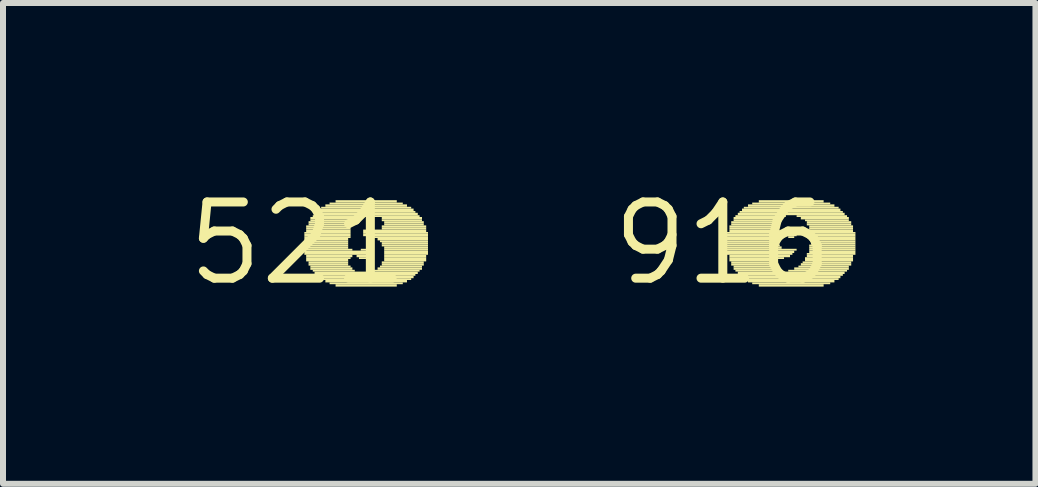
<source format=kicad_pcb>
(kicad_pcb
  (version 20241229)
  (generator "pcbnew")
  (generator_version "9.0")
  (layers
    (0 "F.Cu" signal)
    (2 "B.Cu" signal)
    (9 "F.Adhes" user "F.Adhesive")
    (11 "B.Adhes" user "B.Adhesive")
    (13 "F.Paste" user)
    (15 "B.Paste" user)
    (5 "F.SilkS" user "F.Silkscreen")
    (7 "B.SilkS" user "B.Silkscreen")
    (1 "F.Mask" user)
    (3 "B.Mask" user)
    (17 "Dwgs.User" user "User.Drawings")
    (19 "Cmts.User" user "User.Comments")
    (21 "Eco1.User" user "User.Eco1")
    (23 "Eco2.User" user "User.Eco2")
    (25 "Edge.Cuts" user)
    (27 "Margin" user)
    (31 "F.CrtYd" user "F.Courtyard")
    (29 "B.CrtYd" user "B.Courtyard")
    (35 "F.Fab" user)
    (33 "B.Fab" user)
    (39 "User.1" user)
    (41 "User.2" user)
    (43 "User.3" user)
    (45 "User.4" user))
  (footprint "916"
    (layer "F.Cu")
    (at 8.995 1.006)
    (property "Reference" "916" (at 0 0 0) (layer "F.SilkS") (effects (font (size 1.27 1.27) (thickness 0.15))))
    (fp_poly (pts (xy 0.07 -0.16) (xy 0.81 -0.16) (xy 0.81 -0.19) (xy 0.07 -0.19)) (stroke (width 0) (type default)) (fill yes) (layer "F.SilkS"))
    (fp_poly (pts (xy 0.07 -0.12) (xy 0.84 -0.12) (xy 0.84 -0.16) (xy 0.07 -0.16)) (stroke (width 0) (type default)) (fill yes) (layer "F.SilkS"))
    (fp_poly (pts (xy 0.07 -0.09) (xy 0.84 -0.09) (xy 0.84 -0.12) (xy 0.07 -0.12)) (stroke (width 0) (type default)) (fill yes) (layer "F.SilkS"))
    (fp_poly (pts (xy 0.07 -0.05) (xy 0.84 -0.05) (xy 0.84 -0.09) (xy 0.07 -0.09)) (stroke (width 0) (type default)) (fill yes) (layer "F.SilkS"))
    (fp_poly (pts (xy 0.07 -0.02) (xy 0.88 -0.02) (xy 0.88 -0.05) (xy 0.07 -0.05)) (stroke (width 0) (type default)) (fill yes) (layer "F.SilkS"))
    (fp_poly (pts (xy 0.07 0.02) (xy 0.91 0.02) (xy 0.91 -0.02) (xy 0.07 -0.02)) (stroke (width 0) (type default)) (fill yes) (layer "F.SilkS"))
    (fp_poly (pts (xy 0.07 0.05) (xy 0.95 0.05) (xy 0.95 0.02) (xy 0.07 0.02)) (stroke (width 0) (type default)) (fill yes) (layer "F.SilkS"))
    (fp_poly (pts (xy 0.07 0.09) (xy 0.98 0.09) (xy 0.98 0.05) (xy 0.07 0.05)) (stroke (width 0) (type default)) (fill yes) (layer "F.SilkS"))
    (fp_poly (pts (xy 0.07 0.12) (xy 1.23 0.12) (xy 1.23 0.09) (xy 0.07 0.09)) (stroke (width 0) (type default)) (fill yes) (layer "F.SilkS"))
    (fp_poly (pts (xy 0.07 0.16) (xy 1.19 0.16) (xy 1.19 0.12) (xy 0.07 0.12)) (stroke (width 0) (type default)) (fill yes) (layer "F.SilkS"))
    (fp_poly (pts (xy 0.07 0.19) (xy 1.16 0.19) (xy 1.16 0.16) (xy 0.07 0.16)) (stroke (width 0) (type default)) (fill yes) (layer "F.SilkS"))
    (fp_poly (pts (xy 0.11 -0.26) (xy 0.84 -0.26) (xy 0.84 -0.3) (xy 0.11 -0.3)) (stroke (width 0) (type default)) (fill yes) (layer "F.SilkS"))
    (fp_poly (pts (xy 0.11 -0.23) (xy 0.84 -0.23) (xy 0.84 -0.26) (xy 0.11 -0.26)) (stroke (width 0) (type default)) (fill yes) (layer "F.SilkS"))
    (fp_poly (pts (xy 0.11 -0.19) (xy 0.84 -0.19) (xy 0.84 -0.23) (xy 0.11 -0.23)) (stroke (width 0) (type default)) (fill yes) (layer "F.SilkS"))
    (fp_poly (pts (xy 0.11 0.23) (xy 1.12 0.23) (xy 1.12 0.19) (xy 0.11 0.19)) (stroke (width 0) (type default)) (fill yes) (layer "F.SilkS"))
    (fp_poly (pts (xy 0.11 0.26) (xy 1.02 0.26) (xy 1.02 0.23) (xy 0.11 0.23)) (stroke (width 0) (type default)) (fill yes) (layer "F.SilkS"))
    (fp_poly (pts (xy 0.11 0.3) (xy 0.88 0.3) (xy 0.88 0.26) (xy 0.11 0.26)) (stroke (width 0) (type default)) (fill yes) (layer "F.SilkS"))
    (fp_poly (pts (xy 0.14 -0.33) (xy 0.88 -0.33) (xy 0.88 -0.37) (xy 0.14 -0.37)) (stroke (width 0) (type default)) (fill yes) (layer "F.SilkS"))
    (fp_poly (pts (xy 0.14 -0.3) (xy 0.88 -0.3) (xy 0.88 -0.33) (xy 0.14 -0.33)) (stroke (width 0) (type default)) (fill yes) (layer "F.SilkS"))
    (fp_poly (pts (xy 0.14 0.33) (xy 0.84 0.33) (xy 0.84 0.3) (xy 0.14 0.3)) (stroke (width 0) (type default)) (fill yes) (layer "F.SilkS"))
    (fp_poly (pts (xy 0.14 0.37) (xy 0.84 0.37) (xy 0.84 0.33) (xy 0.14 0.33)) (stroke (width 0) (type default)) (fill yes) (layer "F.SilkS"))
    (fp_poly (pts (xy 0.18 -0.4) (xy 0.98 -0.4) (xy 0.98 -0.44) (xy 0.18 -0.44)) (stroke (width 0) (type default)) (fill yes) (layer "F.SilkS"))
    (fp_poly (pts (xy 0.18 -0.37) (xy 0.91 -0.37) (xy 0.91 -0.4) (xy 0.18 -0.4)) (stroke (width 0) (type default)) (fill yes) (layer "F.SilkS"))
    (fp_poly (pts (xy 0.18 0.4) (xy 0.84 0.4) (xy 0.84 0.37) (xy 0.18 0.37)) (stroke (width 0) (type default)) (fill yes) (layer "F.SilkS"))
    (fp_poly (pts (xy 0.18 0.44) (xy 0.84 0.44) (xy 0.84 0.4) (xy 0.18 0.4)) (stroke (width 0) (type default)) (fill yes) (layer "F.SilkS"))
    (fp_poly (pts (xy 0.21 -0.44) (xy 1.05 -0.44) (xy 1.05 -0.47) (xy 0.21 -0.47)) (stroke (width 0) (type default)) (fill yes) (layer "F.SilkS"))
    (fp_poly (pts (xy 0.21 0.47) (xy 0.88 0.47) (xy 0.88 0.44) (xy 0.21 0.44)) (stroke (width 0) (type default)) (fill yes) (layer "F.SilkS"))
    (fp_poly (pts (xy 0.25 -0.47) (xy 2.03 -0.47) (xy 2.03 -0.51) (xy 0.25 -0.51)) (stroke (width 0) (type default)) (fill yes) (layer "F.SilkS"))
    (fp_poly (pts (xy 0.25 0.51) (xy 2.03 0.51) (xy 2.03 0.47) (xy 0.25 0.47)) (stroke (width 0) (type default)) (fill yes) (layer "F.SilkS"))
    (fp_poly (pts (xy 0.28 -0.51) (xy 2 -0.51) (xy 2 -0.54) (xy 0.28 -0.54)) (stroke (width 0) (type default)) (fill yes) (layer "F.SilkS"))
    (fp_poly (pts (xy 0.28 0.54) (xy 2 0.54) (xy 2 0.51) (xy 0.28 0.51)) (stroke (width 0) (type default)) (fill yes) (layer "F.SilkS"))
    (fp_poly (pts (xy 0.32 -0.54) (xy 1.96 -0.54) (xy 1.96 -0.58) (xy 0.32 -0.58)) (stroke (width 0) (type default)) (fill yes) (layer "F.SilkS"))
    (fp_poly (pts (xy 0.32 0.58) (xy 1.96 0.58) (xy 1.96 0.54) (xy 0.32 0.54)) (stroke (width 0) (type default)) (fill yes) (layer "F.SilkS"))
    (fp_poly (pts (xy 0.35 -0.58) (xy 1.93 -0.58) (xy 1.93 -0.61) (xy 0.35 -0.61)) (stroke (width 0) (type default)) (fill yes) (layer "F.SilkS"))
    (fp_poly (pts (xy 0.35 0.61) (xy 1.93 0.61) (xy 1.93 0.58) (xy 0.35 0.58)) (stroke (width 0) (type default)) (fill yes) (layer "F.SilkS"))
    (fp_poly (pts (xy 0.42 -0.61) (xy 1.86 -0.61) (xy 1.86 -0.65) (xy 0.42 -0.65)) (stroke (width 0) (type default)) (fill yes) (layer "F.SilkS"))
    (fp_poly (pts (xy 0.42 0.65) (xy 1.86 0.65) (xy 1.86 0.61) (xy 0.42 0.61)) (stroke (width 0) (type default)) (fill yes) (layer "F.SilkS"))
    (fp_poly (pts (xy 0.49 -0.65) (xy 1.79 -0.65) (xy 1.79 -0.68) (xy 0.49 -0.68)) (stroke (width 0) (type default)) (fill yes) (layer "F.SilkS"))
    (fp_poly (pts (xy 0.49 0.68) (xy 1.79 0.68) (xy 1.79 0.65) (xy 0.49 0.65)) (stroke (width 0) (type default)) (fill yes) (layer "F.SilkS"))
    (fp_poly (pts (xy 0.6 -0.68) (xy 1.68 -0.68) (xy 1.68 -0.72) (xy 0.6 -0.72)) (stroke (width 0) (type default)) (fill yes) (layer "F.SilkS"))
    (fp_poly (pts (xy 0.6 0.72) (xy 1.68 0.72) (xy 1.68 0.68) (xy 0.6 0.68)) (stroke (width 0) (type default)) (fill yes) (layer "F.SilkS"))
    (fp_poly (pts (xy 1.05 -0.19) (xy 1.23 -0.19) (xy 1.23 -0.23) (xy 1.05 -0.23)) (stroke (width 0) (type default)) (fill yes) (layer "F.SilkS"))
    (fp_poly (pts (xy 1.05 -0.16) (xy 1.23 -0.16) (xy 1.23 -0.19) (xy 1.05 -0.19)) (stroke (width 0) (type default)) (fill yes) (layer "F.SilkS"))
    (fp_poly (pts (xy 1.05 -0.12) (xy 1.23 -0.12) (xy 1.23 -0.16) (xy 1.05 -0.16)) (stroke (width 0) (type default)) (fill yes) (layer "F.SilkS"))
    (fp_poly (pts (xy 1.09 -0.23) (xy 1.19 -0.23) (xy 1.19 -0.26) (xy 1.09 -0.26)) (stroke (width 0) (type default)) (fill yes) (layer "F.SilkS"))
    (fp_poly (pts (xy 1.09 -0.09) (xy 1.19 -0.09) (xy 1.19 -0.12) (xy 1.09 -0.12)) (stroke (width 0) (type default)) (fill yes) (layer "F.SilkS"))
    (fp_poly (pts (xy 1.09 0.47) (xy 2.07 0.47) (xy 2.07 0.44) (xy 1.09 0.44)) (stroke (width 0) (type default)) (fill yes) (layer "F.SilkS"))
    (fp_poly (pts (xy 1.19 0.44) (xy 2.1 0.44) (xy 2.1 0.4) (xy 1.19 0.4)) (stroke (width 0) (type default)) (fill yes) (layer "F.SilkS"))
    (fp_poly (pts (xy 1.23 -0.44) (xy 2.07 -0.44) (xy 2.07 -0.47) (xy 1.23 -0.47)) (stroke (width 0) (type default)) (fill yes) (layer "F.SilkS"))
    (fp_poly (pts (xy 1.26 0.4) (xy 2.1 0.4) (xy 2.1 0.37) (xy 1.26 0.37)) (stroke (width 0) (type default)) (fill yes) (layer "F.SilkS"))
    (fp_poly (pts (xy 1.3 -0.4) (xy 2.1 -0.4) (xy 2.1 -0.44) (xy 1.3 -0.44)) (stroke (width 0) (type default)) (fill yes) (layer "F.SilkS"))
    (fp_poly (pts (xy 1.3 0.37) (xy 2.14 0.37) (xy 2.14 0.33) (xy 1.3 0.33)) (stroke (width 0) (type default)) (fill yes) (layer "F.SilkS"))
    (fp_poly (pts (xy 1.33 0.33) (xy 2.14 0.33) (xy 2.14 0.3) (xy 1.33 0.3)) (stroke (width 0) (type default)) (fill yes) (layer "F.SilkS"))
    (fp_poly (pts (xy 1.37 -0.37) (xy 2.1 -0.37) (xy 2.1 -0.4) (xy 1.37 -0.4)) (stroke (width 0) (type default)) (fill yes) (layer "F.SilkS"))
    (fp_poly (pts (xy 1.37 0.26) (xy 2.17 0.26) (xy 2.17 0.23) (xy 1.37 0.23)) (stroke (width 0) (type default)) (fill yes) (layer "F.SilkS"))
    (fp_poly (pts (xy 1.37 0.3) (xy 2.17 0.3) (xy 2.17 0.26) (xy 1.37 0.26)) (stroke (width 0) (type default)) (fill yes) (layer "F.SilkS"))
    (fp_poly (pts (xy 1.4 -0.33) (xy 2.14 -0.33) (xy 2.14 -0.37) (xy 1.4 -0.37)) (stroke (width 0) (type default)) (fill yes) (layer "F.SilkS"))
    (fp_poly (pts (xy 1.4 -0.3) (xy 2.14 -0.3) (xy 2.14 -0.33) (xy 1.4 -0.33)) (stroke (width 0) (type default)) (fill yes) (layer "F.SilkS"))
    (fp_poly (pts (xy 1.4 0.19) (xy 2.21 0.19) (xy 2.21 0.16) (xy 1.4 0.16)) (stroke (width 0) (type default)) (fill yes) (layer "F.SilkS"))
    (fp_poly (pts (xy 1.4 0.23) (xy 2.17 0.23) (xy 2.17 0.19) (xy 1.4 0.19)) (stroke (width 0) (type default)) (fill yes) (layer "F.SilkS"))
    (fp_poly (pts (xy 1.44 -0.26) (xy 2.17 -0.26) (xy 2.17 -0.3) (xy 1.44 -0.3)) (stroke (width 0) (type default)) (fill yes) (layer "F.SilkS"))
    (fp_poly (pts (xy 1.44 -0.23) (xy 2.17 -0.23) (xy 2.17 -0.26) (xy 1.44 -0.26)) (stroke (width 0) (type default)) (fill yes) (layer "F.SilkS"))
    (fp_poly (pts (xy 1.44 -0.19) (xy 2.17 -0.19) (xy 2.17 -0.23) (xy 1.44 -0.23)) (stroke (width 0) (type default)) (fill yes) (layer "F.SilkS"))
    (fp_poly (pts (xy 1.44 0.05) (xy 2.21 0.05) (xy 2.21 0.02) (xy 1.44 0.02)) (stroke (width 0) (type default)) (fill yes) (layer "F.SilkS"))
    (fp_poly (pts (xy 1.44 0.09) (xy 2.21 0.09) (xy 2.21 0.05) (xy 1.44 0.05)) (stroke (width 0) (type default)) (fill yes) (layer "F.SilkS"))
    (fp_poly (pts (xy 1.44 0.12) (xy 2.21 0.12) (xy 2.21 0.09) (xy 1.44 0.09)) (stroke (width 0) (type default)) (fill yes) (layer "F.SilkS"))
    (fp_poly (pts (xy 1.44 0.16) (xy 2.21 0.16) (xy 2.21 0.12) (xy 1.44 0.12)) (stroke (width 0) (type default)) (fill yes) (layer "F.SilkS"))
    (fp_poly (pts (xy 1.47 -0.16) (xy 2.21 -0.16) (xy 2.21 -0.19) (xy 1.47 -0.19)) (stroke (width 0) (type default)) (fill yes) (layer "F.SilkS"))
    (fp_poly (pts (xy 1.47 -0.12) (xy 2.21 -0.12) (xy 2.21 -0.16) (xy 1.47 -0.16)) (stroke (width 0) (type default)) (fill yes) (layer "F.SilkS"))
    (fp_poly (pts (xy 1.47 -0.09) (xy 2.21 -0.09) (xy 2.21 -0.12) (xy 1.47 -0.12)) (stroke (width 0) (type default)) (fill yes) (layer "F.SilkS"))
    (fp_poly (pts (xy 1.47 -0.05) (xy 2.21 -0.05) (xy 2.21 -0.09) (xy 1.47 -0.09)) (stroke (width 0) (type default)) (fill yes) (layer "F.SilkS"))
    (fp_poly (pts (xy 1.47 -0.02) (xy 2.21 -0.02) (xy 2.21 -0.05) (xy 1.47 -0.05)) (stroke (width 0) (type default)) (fill yes) (layer "F.SilkS"))
    (fp_poly (pts (xy 1.47 0.02) (xy 2.21 0.02) (xy 2.21 -0.02) (xy 1.47 -0.02)) (stroke (width 0) (type default)) (fill yes) (layer "F.SilkS")))
  (footprint "521"
    (layer "F.Cu")
    (at 1.912 1.006)
    (property "Reference" "521" (at 0 0 0) (layer "F.SilkS") (effects (font (size 1.27 1.27) (thickness 0.15))))
    (fp_poly (pts (xy 0.11 -0.16) (xy 0.88 -0.16) (xy 0.88 -0.19) (xy 0.11 -0.19)) (stroke (width 0) (type default)) (fill yes) (layer "F.SilkS"))
    (fp_poly (pts (xy 0.11 -0.12) (xy 0.88 -0.12) (xy 0.88 -0.16) (xy 0.11 -0.16)) (stroke (width 0) (type default)) (fill yes) (layer "F.SilkS"))
    (fp_poly (pts (xy 0.11 -0.09) (xy 0.88 -0.09) (xy 0.88 -0.12) (xy 0.11 -0.12)) (stroke (width 0) (type default)) (fill yes) (layer "F.SilkS"))
    (fp_poly (pts (xy 0.11 -0.05) (xy 0.84 -0.05) (xy 0.84 -0.09) (xy 0.11 -0.09)) (stroke (width 0) (type default)) (fill yes) (layer "F.SilkS"))
    (fp_poly (pts (xy 0.11 -0.02) (xy 0.84 -0.02) (xy 0.84 -0.05) (xy 0.11 -0.05)) (stroke (width 0) (type default)) (fill yes) (layer "F.SilkS"))
    (fp_poly (pts (xy 0.11 0.02) (xy 0.84 0.02) (xy 0.84 -0.02) (xy 0.11 -0.02)) (stroke (width 0) (type default)) (fill yes) (layer "F.SilkS"))
    (fp_poly (pts (xy 0.11 0.05) (xy 0.84 0.05) (xy 0.84 0.02) (xy 0.11 0.02)) (stroke (width 0) (type default)) (fill yes) (layer "F.SilkS"))
    (fp_poly (pts (xy 0.11 0.09) (xy 0.84 0.09) (xy 0.84 0.05) (xy 0.11 0.05)) (stroke (width 0) (type default)) (fill yes) (layer "F.SilkS"))
    (fp_poly (pts (xy 0.11 0.12) (xy 0.91 0.12) (xy 0.91 0.09) (xy 0.11 0.09)) (stroke (width 0) (type default)) (fill yes) (layer "F.SilkS"))
    (fp_poly (pts (xy 0.11 0.16) (xy 1.23 0.16) (xy 1.23 0.12) (xy 0.11 0.12)) (stroke (width 0) (type default)) (fill yes) (layer "F.SilkS"))
    (fp_poly (pts (xy 0.11 0.19) (xy 1.23 0.19) (xy 1.23 0.16) (xy 0.11 0.16)) (stroke (width 0) (type default)) (fill yes) (layer "F.SilkS"))
    (fp_poly (pts (xy 0.14 -0.26) (xy 0.88 -0.26) (xy 0.88 -0.3) (xy 0.14 -0.3)) (stroke (width 0) (type default)) (fill yes) (layer "F.SilkS"))
    (fp_poly (pts (xy 0.14 -0.23) (xy 0.88 -0.23) (xy 0.88 -0.26) (xy 0.14 -0.26)) (stroke (width 0) (type default)) (fill yes) (layer "F.SilkS"))
    (fp_poly (pts (xy 0.14 -0.19) (xy 0.88 -0.19) (xy 0.88 -0.23) (xy 0.14 -0.23)) (stroke (width 0) (type default)) (fill yes) (layer "F.SilkS"))
    (fp_poly (pts (xy 0.14 0.23) (xy 0.91 0.23) (xy 0.91 0.19) (xy 0.14 0.19)) (stroke (width 0) (type default)) (fill yes) (layer "F.SilkS"))
    (fp_poly (pts (xy 0.14 0.26) (xy 0.88 0.26) (xy 0.88 0.23) (xy 0.14 0.23)) (stroke (width 0) (type default)) (fill yes) (layer "F.SilkS"))
    (fp_poly (pts (xy 0.14 0.3) (xy 0.84 0.3) (xy 0.84 0.26) (xy 0.14 0.26)) (stroke (width 0) (type default)) (fill yes) (layer "F.SilkS"))
    (fp_poly (pts (xy 0.18 -0.33) (xy 0.91 -0.33) (xy 0.91 -0.37) (xy 0.18 -0.37)) (stroke (width 0) (type default)) (fill yes) (layer "F.SilkS"))
    (fp_poly (pts (xy 0.18 -0.3) (xy 0.88 -0.3) (xy 0.88 -0.33) (xy 0.18 -0.33)) (stroke (width 0) (type default)) (fill yes) (layer "F.SilkS"))
    (fp_poly (pts (xy 0.18 0.33) (xy 0.84 0.33) (xy 0.84 0.3) (xy 0.18 0.3)) (stroke (width 0) (type default)) (fill yes) (layer "F.SilkS"))
    (fp_poly (pts (xy 0.18 0.37) (xy 0.84 0.37) (xy 0.84 0.33) (xy 0.18 0.33)) (stroke (width 0) (type default)) (fill yes) (layer "F.SilkS"))
    (fp_poly (pts (xy 0.21 -0.4) (xy 0.91 -0.4) (xy 0.91 -0.44) (xy 0.21 -0.44)) (stroke (width 0) (type default)) (fill yes) (layer "F.SilkS"))
    (fp_poly (pts (xy 0.21 -0.37) (xy 0.91 -0.37) (xy 0.91 -0.4) (xy 0.21 -0.4)) (stroke (width 0) (type default)) (fill yes) (layer "F.SilkS"))
    (fp_poly (pts (xy 0.21 0.4) (xy 0.88 0.4) (xy 0.88 0.37) (xy 0.21 0.37)) (stroke (width 0) (type default)) (fill yes) (layer "F.SilkS"))
    (fp_poly (pts (xy 0.21 0.44) (xy 0.91 0.44) (xy 0.91 0.4) (xy 0.21 0.4)) (stroke (width 0) (type default)) (fill yes) (layer "F.SilkS"))
    (fp_poly (pts (xy 0.25 -0.44) (xy 2.03 -0.44) (xy 2.03 -0.47) (xy 0.25 -0.47)) (stroke (width 0) (type default)) (fill yes) (layer "F.SilkS"))
    (fp_poly (pts (xy 0.25 0.47) (xy 0.95 0.47) (xy 0.95 0.44) (xy 0.25 0.44)) (stroke (width 0) (type default)) (fill yes) (layer "F.SilkS"))
    (fp_poly (pts (xy 0.28 -0.47) (xy 2 -0.47) (xy 2 -0.51) (xy 0.28 -0.51)) (stroke (width 0) (type default)) (fill yes) (layer "F.SilkS"))
    (fp_poly (pts (xy 0.28 0.51) (xy 2 0.51) (xy 2 0.47) (xy 0.28 0.47)) (stroke (width 0) (type default)) (fill yes) (layer "F.SilkS"))
    (fp_poly (pts (xy 0.32 -0.51) (xy 1.96 -0.51) (xy 1.96 -0.54) (xy 0.32 -0.54)) (stroke (width 0) (type default)) (fill yes) (layer "F.SilkS"))
    (fp_poly (pts (xy 0.32 0.54) (xy 1.96 0.54) (xy 1.96 0.51) (xy 0.32 0.51)) (stroke (width 0) (type default)) (fill yes) (layer "F.SilkS"))
    (fp_poly (pts (xy 0.35 -0.54) (xy 1.93 -0.54) (xy 1.93 -0.58) (xy 0.35 -0.58)) (stroke (width 0) (type default)) (fill yes) (layer "F.SilkS"))
    (fp_poly (pts (xy 0.35 0.58) (xy 1.93 0.58) (xy 1.93 0.54) (xy 0.35 0.54)) (stroke (width 0) (type default)) (fill yes) (layer "F.SilkS"))
    (fp_poly (pts (xy 0.39 -0.58) (xy 1.89 -0.58) (xy 1.89 -0.61) (xy 0.39 -0.61)) (stroke (width 0) (type default)) (fill yes) (layer "F.SilkS"))
    (fp_poly (pts (xy 0.39 0.61) (xy 1.89 0.61) (xy 1.89 0.58) (xy 0.39 0.58)) (stroke (width 0) (type default)) (fill yes) (layer "F.SilkS"))
    (fp_poly (pts (xy 0.46 -0.61) (xy 1.82 -0.61) (xy 1.82 -0.65) (xy 0.46 -0.65)) (stroke (width 0) (type default)) (fill yes) (layer "F.SilkS"))
    (fp_poly (pts (xy 0.46 0.65) (xy 1.82 0.65) (xy 1.82 0.61) (xy 0.46 0.61)) (stroke (width 0) (type default)) (fill yes) (layer "F.SilkS"))
    (fp_poly (pts (xy 0.53 -0.65) (xy 1.75 -0.65) (xy 1.75 -0.68) (xy 0.53 -0.68)) (stroke (width 0) (type default)) (fill yes) (layer "F.SilkS"))
    (fp_poly (pts (xy 0.53 0.68) (xy 1.75 0.68) (xy 1.75 0.65) (xy 0.53 0.65)) (stroke (width 0) (type default)) (fill yes) (layer "F.SilkS"))
    (fp_poly (pts (xy 0.63 -0.68) (xy 1.65 -0.68) (xy 1.65 -0.72) (xy 0.63 -0.72)) (stroke (width 0) (type default)) (fill yes) (layer "F.SilkS"))
    (fp_poly (pts (xy 0.63 0.72) (xy 1.65 0.72) (xy 1.65 0.68) (xy 0.63 0.68)) (stroke (width 0) (type default)) (fill yes) (layer "F.SilkS"))
    (fp_poly (pts (xy 0.98 0.23) (xy 1.23 0.23) (xy 1.23 0.19) (xy 0.98 0.19)) (stroke (width 0) (type default)) (fill yes) (layer "F.SilkS"))
    (fp_poly (pts (xy 1.02 0.26) (xy 1.19 0.26) (xy 1.19 0.23) (xy 1.02 0.23)) (stroke (width 0) (type default)) (fill yes) (layer "F.SilkS"))
    (fp_poly (pts (xy 1.05 0.12) (xy 1.19 0.12) (xy 1.19 0.09) (xy 1.05 0.09)) (stroke (width 0) (type default)) (fill yes) (layer "F.SilkS"))
    (fp_poly (pts (xy 1.09 -0.19) (xy 2.14 -0.19) (xy 2.14 -0.23) (xy 1.09 -0.23)) (stroke (width 0) (type default)) (fill yes) (layer "F.SilkS"))
    (fp_poly (pts (xy 1.09 -0.16) (xy 2.17 -0.16) (xy 2.17 -0.19) (xy 1.09 -0.19)) (stroke (width 0) (type default)) (fill yes) (layer "F.SilkS"))
    (fp_poly (pts (xy 1.09 -0.12) (xy 2.17 -0.12) (xy 2.17 -0.16) (xy 1.09 -0.16)) (stroke (width 0) (type default)) (fill yes) (layer "F.SilkS"))
    (fp_poly (pts (xy 1.26 -0.09) (xy 2.17 -0.09) (xy 2.17 -0.12) (xy 1.26 -0.12)) (stroke (width 0) (type default)) (fill yes) (layer "F.SilkS"))
    (fp_poly (pts (xy 1.26 0.47) (xy 2.03 0.47) (xy 2.03 0.44) (xy 1.26 0.44)) (stroke (width 0) (type default)) (fill yes) (layer "F.SilkS"))
    (fp_poly (pts (xy 1.33 -0.05) (xy 2.17 -0.05) (xy 2.17 -0.09) (xy 1.33 -0.09)) (stroke (width 0) (type default)) (fill yes) (layer "F.SilkS"))
    (fp_poly (pts (xy 1.33 0.44) (xy 2.07 0.44) (xy 2.07 0.4) (xy 1.33 0.4)) (stroke (width 0) (type default)) (fill yes) (layer "F.SilkS"))
    (fp_poly (pts (xy 1.37 -0.02) (xy 2.17 -0.02) (xy 2.17 -0.05) (xy 1.37 -0.05)) (stroke (width 0) (type default)) (fill yes) (layer "F.SilkS"))
    (fp_poly (pts (xy 1.37 0.4) (xy 2.07 0.4) (xy 2.07 0.37) (xy 1.37 0.37)) (stroke (width 0) (type default)) (fill yes) (layer "F.SilkS"))
    (fp_poly (pts (xy 1.4 -0.4) (xy 2.07 -0.4) (xy 2.07 -0.44) (xy 1.4 -0.44)) (stroke (width 0) (type default)) (fill yes) (layer "F.SilkS"))
    (fp_poly (pts (xy 1.4 -0.37) (xy 2.07 -0.37) (xy 2.07 -0.4) (xy 1.4 -0.4)) (stroke (width 0) (type default)) (fill yes) (layer "F.SilkS"))
    (fp_poly (pts (xy 1.4 -0.26) (xy 2.14 -0.26) (xy 2.14 -0.3) (xy 1.4 -0.3)) (stroke (width 0) (type default)) (fill yes) (layer "F.SilkS"))
    (fp_poly (pts (xy 1.4 -0.23) (xy 2.14 -0.23) (xy 2.14 -0.26) (xy 1.4 -0.26)) (stroke (width 0) (type default)) (fill yes) (layer "F.SilkS"))
    (fp_poly (pts (xy 1.4 0.02) (xy 2.17 0.02) (xy 2.17 -0.02) (xy 1.4 -0.02)) (stroke (width 0) (type default)) (fill yes) (layer "F.SilkS"))
    (fp_poly (pts (xy 1.4 0.05) (xy 2.17 0.05) (xy 2.17 0.02) (xy 1.4 0.02)) (stroke (width 0) (type default)) (fill yes) (layer "F.SilkS"))
    (fp_poly (pts (xy 1.4 0.33) (xy 2.1 0.33) (xy 2.1 0.3) (xy 1.4 0.3)) (stroke (width 0) (type default)) (fill yes) (layer "F.SilkS"))
    (fp_poly (pts (xy 1.4 0.37) (xy 2.1 0.37) (xy 2.1 0.33) (xy 1.4 0.33)) (stroke (width 0) (type default)) (fill yes) (layer "F.SilkS"))
    (fp_poly (pts (xy 1.44 -0.33) (xy 2.1 -0.33) (xy 2.1 -0.37) (xy 1.44 -0.37)) (stroke (width 0) (type default)) (fill yes) (layer "F.SilkS"))
    (fp_poly (pts (xy 1.44 -0.3) (xy 2.1 -0.3) (xy 2.1 -0.33) (xy 1.44 -0.33)) (stroke (width 0) (type default)) (fill yes) (layer "F.SilkS"))
    (fp_poly (pts (xy 1.44 0.09) (xy 2.17 0.09) (xy 2.17 0.05) (xy 1.44 0.05)) (stroke (width 0) (type default)) (fill yes) (layer "F.SilkS"))
    (fp_poly (pts (xy 1.44 0.12) (xy 2.17 0.12) (xy 2.17 0.09) (xy 1.44 0.09)) (stroke (width 0) (type default)) (fill yes) (layer "F.SilkS"))
    (fp_poly (pts (xy 1.44 0.16) (xy 2.17 0.16) (xy 2.17 0.12) (xy 1.44 0.12)) (stroke (width 0) (type default)) (fill yes) (layer "F.SilkS"))
    (fp_poly (pts (xy 1.44 0.19) (xy 2.17 0.19) (xy 2.17 0.16) (xy 1.44 0.16)) (stroke (width 0) (type default)) (fill yes) (layer "F.SilkS"))
    (fp_poly (pts (xy 1.44 0.23) (xy 2.14 0.23) (xy 2.14 0.19) (xy 1.44 0.19)) (stroke (width 0) (type default)) (fill yes) (layer "F.SilkS"))
    (fp_poly (pts (xy 1.44 0.26) (xy 2.14 0.26) (xy 2.14 0.23) (xy 1.44 0.23)) (stroke (width 0) (type default)) (fill yes) (layer "F.SilkS"))
    (fp_poly (pts (xy 1.44 0.3) (xy 2.14 0.3) (xy 2.14 0.26) (xy 1.44 0.26)) (stroke (width 0) (type default)) (fill yes) (layer "F.SilkS")))
  (gr_rect
    (start -3 -3)
    (end 14.205 5.012)
    (stroke (width 0.1) (type default))
    (fill no)
    (layer "Edge.Cuts")))
</source>
